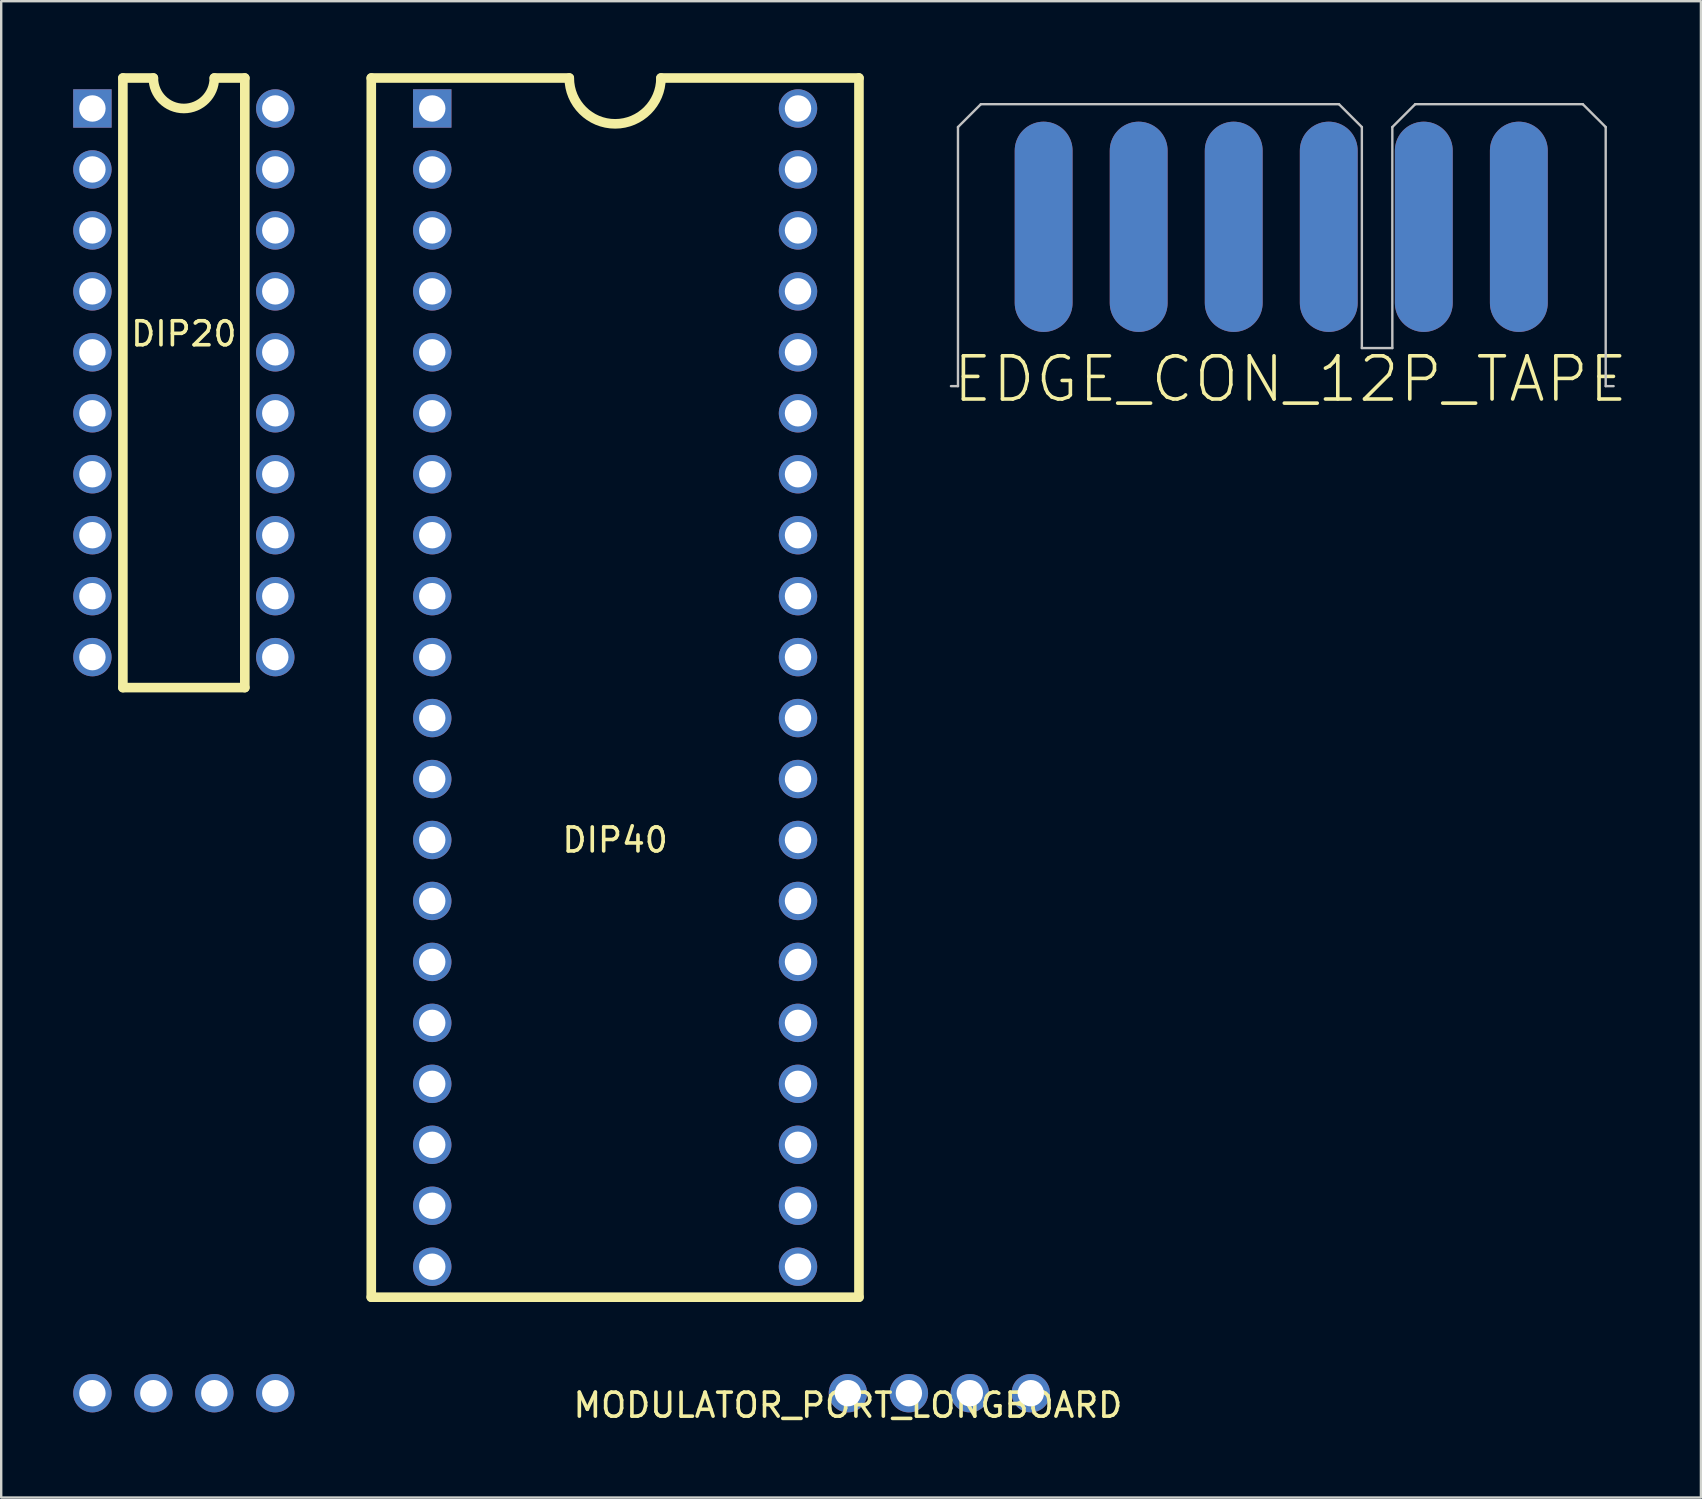
<source format=kicad_pcb>
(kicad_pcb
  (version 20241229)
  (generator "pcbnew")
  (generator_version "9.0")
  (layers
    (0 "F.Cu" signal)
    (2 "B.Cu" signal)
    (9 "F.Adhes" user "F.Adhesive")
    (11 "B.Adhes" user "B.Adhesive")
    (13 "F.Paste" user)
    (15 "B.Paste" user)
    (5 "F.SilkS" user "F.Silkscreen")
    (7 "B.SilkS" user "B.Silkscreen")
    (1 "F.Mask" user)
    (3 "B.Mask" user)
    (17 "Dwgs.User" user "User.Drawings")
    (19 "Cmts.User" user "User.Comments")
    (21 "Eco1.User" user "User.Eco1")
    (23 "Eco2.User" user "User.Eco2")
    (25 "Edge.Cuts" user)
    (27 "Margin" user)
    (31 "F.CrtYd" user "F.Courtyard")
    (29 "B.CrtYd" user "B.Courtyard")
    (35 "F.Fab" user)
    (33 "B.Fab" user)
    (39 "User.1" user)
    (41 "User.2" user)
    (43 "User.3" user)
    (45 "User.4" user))
  (footprint "DIP20"
    (layer "F.Cu")
    (at 4.61 12.9)
    (property "Reference" "DIP20" (at 0 -2.04 0) (layer "F.SilkS") (effects (font (size 1 1) (thickness 0.15))))
    (attr through_hole)
    (fp_line (start -2.54 -12.7) (end -2.54 12.7) (stroke (width 0.4) (type solid)) (layer "F.SilkS"))
    (fp_line (start -2.54 -12.7) (end -1.27 -12.7) (stroke (width 0.4) (type solid)) (layer "F.SilkS"))
    (fp_line (start -2.54 12.7) (end 2.54 12.7) (stroke (width 0.4) (type solid)) (layer "F.SilkS"))
    (fp_line (start 1.27 -12.7) (end 2.54 -12.7) (stroke (width 0.4) (type solid)) (layer "F.SilkS"))
    (fp_line (start 2.54 -12.7) (end 2.54 12.7) (stroke (width 0.4) (type solid)) (layer "F.SilkS"))
    (fp_arc (start 1.27 -12.7) (mid 0 -11.43) (end -1.27 -12.7) (stroke (width 0.4) (type solid)) (layer "F.SilkS"))
    (pad "1" thru_hole rect (at -3.81 -11.43) (size 1.6 1.6) (drill 1.1) (layers "*.Cu" "*.Mask"))
    (pad "2" thru_hole circle (at -3.81 -8.89) (size 1.6 1.6) (drill 1.1) (layers "*.Cu" "*.Mask"))
    (pad "3" thru_hole circle (at -3.81 -6.35) (size 1.6 1.6) (drill 1.1) (layers "*.Cu" "*.Mask"))
    (pad "4" thru_hole circle (at -3.81 -3.81) (size 1.6 1.6) (drill 1.1) (layers "*.Cu" "*.Mask"))
    (pad "5" thru_hole circle (at -3.81 -1.27) (size 1.6 1.6) (drill 1.1) (layers "*.Cu" "*.Mask"))
    (pad "6" thru_hole circle (at -3.81 1.27) (size 1.6 1.6) (drill 1.1) (layers "*.Cu" "*.Mask"))
    (pad "7" thru_hole circle (at -3.81 3.81) (size 1.6 1.6) (drill 1.1) (layers "*.Cu" "*.Mask"))
    (pad "8" thru_hole circle (at -3.81 6.35) (size 1.6 1.6) (drill 1.1) (layers "*.Cu" "*.Mask"))
    (pad "9" thru_hole circle (at -3.81 8.89) (size 1.6 1.6) (drill 1.1) (layers "*.Cu" "*.Mask"))
    (pad "10" thru_hole circle (at -3.81 11.43) (size 1.6 1.6) (drill 1.1) (layers "*.Cu" "*.Mask"))
    (pad "11" thru_hole circle (at 3.81 11.43) (size 1.6 1.6) (drill 1.1) (layers "*.Cu" "*.Mask"))
    (pad "12" thru_hole circle (at 3.81 8.89) (size 1.6 1.6) (drill 1.1) (layers "*.Cu" "*.Mask"))
    (pad "13" thru_hole circle (at 3.81 6.35) (size 1.6 1.6) (drill 1.1) (layers "*.Cu" "*.Mask"))
    (pad "14" thru_hole circle (at 3.81 3.81) (size 1.6 1.6) (drill 1.1) (layers "*.Cu" "*.Mask"))
    (pad "15" thru_hole circle (at 3.81 1.27) (size 1.6 1.6) (drill 1.1) (layers "*.Cu" "*.Mask"))
    (pad "16" thru_hole circle (at 3.81 -1.27) (size 1.6 1.6) (drill 1.1) (layers "*.Cu" "*.Mask"))
    (pad "17" thru_hole circle (at 3.81 -3.81) (size 1.6 1.6) (drill 1.1) (layers "*.Cu" "*.Mask"))
    (pad "18" thru_hole circle (at 3.81 -6.35) (size 1.6 1.6) (drill 1.1) (layers "*.Cu" "*.Mask"))
    (pad "19" thru_hole circle (at 3.81 -8.89) (size 1.6 1.6) (drill 1.1) (layers "*.Cu" "*.Mask"))
    (pad "20" thru_hole circle (at 3.81 -11.43) (size 1.6 1.6) (drill 1.1) (layers "*.Cu" "*.Mask")))
  (footprint "MODULATOR_PORT_LONGBOARD"
    (layer "F.Cu")
    (at 32.28 55)
    (property "Reference" "MODULATOR_PORT_LONGBOARD" (at 0 0.5 0) (layer "F.SilkS") (effects (font (size 1 1) (thickness 0.15))))
    (attr through_hole)
    (pad "1" thru_hole circle (at 7.62 0) (size 1.6 1.6) (drill 1.1) (layers "*.Cu" "*.Mask"))
    (pad "2" thru_hole circle (at 5.08 0) (size 1.6 1.6) (drill 1.1) (layers "*.Cu" "*.Mask"))
    (pad "3" thru_hole circle (at 2.54 0) (size 1.6 1.6) (drill 1.1) (layers "*.Cu" "*.Mask"))
    (pad "4" thru_hole circle (at 0 0) (size 1.6 1.6) (drill 1.1) (layers "*.Cu" "*.Mask"))
    (pad "5" thru_hole circle (at -23.86 0) (size 1.6 1.6) (drill 1.1) (layers "*.Cu" "*.Mask"))
    (pad "6" thru_hole circle (at -26.4 0) (size 1.6 1.6) (drill 1.1) (layers "*.Cu" "*.Mask"))
    (pad "7" thru_hole circle (at -28.94 0) (size 1.6 1.6) (drill 1.1) (layers "*.Cu" "*.Mask"))
    (pad "8" thru_hole circle (at -31.48 0) (size 1.6 1.6) (drill 1.1) (layers "*.Cu" "*.Mask")))
  (footprint "DIP40"
    (layer "F.Cu")
    (at 22.58 24.33)
    (property "Reference" "DIP40" (at 0 7.62 0) (layer "F.SilkS") (effects (font (size 1 1) (thickness 0.15))))
    (attr through_hole)
    (fp_line (start -10.16 -24.13) (end -10.16 26.67) (stroke (width 0.4) (type solid)) (layer "F.SilkS"))
    (fp_line (start -10.16 26.67) (end 10.16 26.67) (stroke (width 0.4) (type solid)) (layer "F.SilkS"))
    (fp_line (start -1.91 -24.13) (end -10.16 -24.13) (stroke (width 0.4) (type solid)) (layer "F.SilkS"))
    (fp_line (start 10.16 -24.13) (end 1.91 -24.13) (stroke (width 0.4) (type solid)) (layer "F.SilkS"))
    (fp_line (start 10.16 26.67) (end 10.16 -24.13) (stroke (width 0.4) (type solid)) (layer "F.SilkS"))
    (fp_arc (start 1.91 -24.13) (mid 0 -22.22) (end -1.91 -24.13) (stroke (width 0.4) (type solid)) (layer "F.SilkS"))
    (pad "1" thru_hole rect (at -7.62 -22.86) (size 1.6 1.6) (drill 1.1) (layers "*.Cu" "*.Mask"))
    (pad "2" thru_hole circle (at -7.62 -20.32) (size 1.6 1.6) (drill 1.1) (layers "*.Cu" "*.Mask"))
    (pad "3" thru_hole circle (at -7.62 -17.78) (size 1.6 1.6) (drill 1.1) (layers "*.Cu" "*.Mask"))
    (pad "4" thru_hole circle (at -7.62 -15.24) (size 1.6 1.6) (drill 1.1) (layers "*.Cu" "*.Mask"))
    (pad "5" thru_hole circle (at -7.62 -12.7) (size 1.6 1.6) (drill 1.1) (layers "*.Cu" "*.Mask"))
    (pad "6" thru_hole circle (at -7.62 -10.16) (size 1.6 1.6) (drill 1.1) (layers "*.Cu" "*.Mask"))
    (pad "7" thru_hole circle (at -7.62 -7.62) (size 1.6 1.6) (drill 1.1) (layers "*.Cu" "*.Mask"))
    (pad "8" thru_hole circle (at -7.62 -5.08) (size 1.6 1.6) (drill 1.1) (layers "*.Cu" "*.Mask"))
    (pad "9" thru_hole circle (at -7.62 -2.54) (size 1.6 1.6) (drill 1.1) (layers "*.Cu" "*.Mask"))
    (pad "10" thru_hole circle (at -7.62 0) (size 1.6 1.6) (drill 1.1) (layers "*.Cu" "*.Mask"))
    (pad "11" thru_hole circle (at -7.62 2.54) (size 1.6 1.6) (drill 1.1) (layers "*.Cu" "*.Mask"))
    (pad "12" thru_hole circle (at -7.62 5.08) (size 1.6 1.6) (drill 1.1) (layers "*.Cu" "*.Mask"))
    (pad "13" thru_hole circle (at -7.62 7.62) (size 1.6 1.6) (drill 1.1) (layers "*.Cu" "*.Mask"))
    (pad "14" thru_hole circle (at -7.62 10.16) (size 1.6 1.6) (drill 1.1) (layers "*.Cu" "*.Mask"))
    (pad "15" thru_hole circle (at -7.62 12.7) (size 1.6 1.6) (drill 1.1) (layers "*.Cu" "*.Mask"))
    (pad "16" thru_hole circle (at -7.62 15.24) (size 1.6 1.6) (drill 1.1) (layers "*.Cu" "*.Mask"))
    (pad "17" thru_hole circle (at -7.62 17.78) (size 1.6 1.6) (drill 1.1) (layers "*.Cu" "*.Mask"))
    (pad "18" thru_hole circle (at -7.62 20.32) (size 1.6 1.6) (drill 1.1) (layers "*.Cu" "*.Mask"))
    (pad "19" thru_hole circle (at -7.62 22.86) (size 1.6 1.6) (drill 1.1) (layers "*.Cu" "*.Mask"))
    (pad "20" thru_hole circle (at -7.62 25.4) (size 1.6 1.6) (drill 1.1) (layers "*.Cu" "*.Mask"))
    (pad "21" thru_hole circle (at 7.62 25.4) (size 1.6 1.6) (drill 1.1) (layers "*.Cu" "*.Mask"))
    (pad "22" thru_hole circle (at 7.62 22.86) (size 1.6 1.6) (drill 1.1) (layers "*.Cu" "*.Mask"))
    (pad "23" thru_hole circle (at 7.62 20.32) (size 1.6 1.6) (drill 1.1) (layers "*.Cu" "*.Mask"))
    (pad "24" thru_hole circle (at 7.62 17.78) (size 1.6 1.6) (drill 1.1) (layers "*.Cu" "*.Mask"))
    (pad "25" thru_hole circle (at 7.62 15.24) (size 1.6 1.6) (drill 1.1) (layers "*.Cu" "*.Mask"))
    (pad "26" thru_hole circle (at 7.62 12.7) (size 1.6 1.6) (drill 1.1) (layers "*.Cu" "*.Mask"))
    (pad "27" thru_hole circle (at 7.62 10.16) (size 1.6 1.6) (drill 1.1) (layers "*.Cu" "*.Mask"))
    (pad "28" thru_hole circle (at 7.62 7.62) (size 1.6 1.6) (drill 1.1) (layers "*.Cu" "*.Mask"))
    (pad "29" thru_hole circle (at 7.62 5.08) (size 1.6 1.6) (drill 1.1) (layers "*.Cu" "*.Mask"))
    (pad "30" thru_hole circle (at 7.62 2.54) (size 1.6 1.6) (drill 1.1) (layers "*.Cu" "*.Mask"))
    (pad "31" thru_hole circle (at 7.62 0) (size 1.6 1.6) (drill 1.1) (layers "*.Cu" "*.Mask"))
    (pad "32" thru_hole circle (at 7.62 -2.54) (size 1.6 1.6) (drill 1.1) (layers "*.Cu" "*.Mask"))
    (pad "33" thru_hole circle (at 7.62 -5.08) (size 1.6 1.6) (drill 1.1) (layers "*.Cu" "*.Mask"))
    (pad "34" thru_hole circle (at 7.62 -7.62) (size 1.6 1.6) (drill 1.1) (layers "*.Cu" "*.Mask"))
    (pad "35" thru_hole circle (at 7.62 -10.16) (size 1.6 1.6) (drill 1.1) (layers "*.Cu" "*.Mask"))
    (pad "36" thru_hole circle (at 7.62 -12.7) (size 1.6 1.6) (drill 1.1) (layers "*.Cu" "*.Mask"))
    (pad "37" thru_hole circle (at 7.62 -15.24) (size 1.6 1.6) (drill 1.1) (layers "*.Cu" "*.Mask"))
    (pad "38" thru_hole circle (at 7.62 -17.78) (size 1.6 1.6) (drill 1.1) (layers "*.Cu" "*.Mask"))
    (pad "39" thru_hole circle (at 7.62 -20.32) (size 1.6 1.6) (drill 1.1) (layers "*.Cu" "*.Mask"))
    (pad "40" thru_hole circle (at 7.62 -22.86) (size 1.6 1.6) (drill 1.1) (layers "*.Cu" "*.Mask")))
  (footprint "EDGE_CON_12P_TAPE"
    (layer "F.Cu")
    (at 40.435 6.4)
    (property "Reference" "EDGE_CON_12P_TAPE" (at 10.285 6.35 0) (layer "F.SilkS") (effects (font (size 1.8 1.8) (thickness 0.15))))
    (attr through_hole)
    (fp_poly (pts (xy -4.445 -6.35) (xy 24.13 -6.35) (xy 24.13 5.08) (xy -4.445 5.08)) (stroke (width 0.1) (type solid)) (fill yes) (layer "F.Mask"))
    (fp_poly (pts (xy -4.445 5.08) (xy 24.13 5.08) (xy 24.13 -6.35) (xy -4.445 -6.35)) (stroke (width 0.1) (type solid)) (fill yes) (layer "B.Mask"))
    (fp_line (start -3.569 -4.156) (end -2.616 -5.108) (stroke (width 0.1) (type solid)) (layer "Dwgs.User"))
    (fp_line (start -3.569 6.639) (end -3.861 6.639) (stroke (width 0.1) (type solid)) (layer "Dwgs.User"))
    (fp_line (start -3.569 6.639) (end -3.569 -4.156) (stroke (width 0.1) (type solid)) (layer "Dwgs.User"))
    (fp_line (start -2.616 -5.108) (end 12.306 -5.108) (stroke (width 0.1) (type solid)) (layer "Dwgs.User"))
    (fp_line (start 12.306 -5.108) (end 13.259 -4.156) (stroke (width 0.1) (type solid)) (layer "Dwgs.User"))
    (fp_line (start 13.259 -4.156) (end 13.259 5.052) (stroke (width 0.1) (type solid)) (layer "Dwgs.User"))
    (fp_line (start 13.259 5.052) (end 14.529 5.052) (stroke (width 0.1) (type solid)) (layer "Dwgs.User"))
    (fp_line (start 14.529 -4.156) (end 15.481 -5.108) (stroke (width 0.1) (type solid)) (layer "Dwgs.User"))
    (fp_line (start 14.529 5.052) (end 14.529 -4.156) (stroke (width 0.1) (type solid)) (layer "Dwgs.User"))
    (fp_line (start 15.481 -5.108) (end 22.466 -5.108) (stroke (width 0.1) (type solid)) (layer "Dwgs.User"))
    (fp_line (start 22.466 -5.108) (end 23.419 -4.156) (stroke (width 0.1) (type solid)) (layer "Dwgs.User"))
    (fp_line (start 23.419 -4.156) (end 23.419 6.639) (stroke (width 0.1) (type solid)) (layer "Dwgs.User"))
    (fp_line (start 23.419 6.639) (end 23.749 6.639) (stroke (width 0.1) (type solid)) (layer "Dwgs.User"))
    (pad "A,1" smd oval (at 19.8 0) (size 2.41 8.76) (layers "F.Cu" "F.Mask"))
    (pad "A,1" smd oval (at 19.8 0) (size 2.41 8.76) (layers "B.Cu" "B.Mask"))
    (pad "B,2" smd oval (at 15.84 0) (size 2.41 8.76) (layers "F.Cu" "F.Mask"))
    (pad "B,2" smd oval (at 15.84 0) (size 2.41 8.76) (layers "F.Mask" "B.Cu"))
    (pad "C,3" smd oval (at 11.88 0) (size 2.41 8.76) (layers "F.Cu" "F.Mask"))
    (pad "C,3" smd oval (at 11.88 0) (size 2.41 8.76) (layers "F.Mask" "B.Cu"))
    (pad "D,4" smd oval (at 7.92 0) (size 2.41 8.76) (layers "F.Cu" "F.Mask"))
    (pad "D,4" smd oval (at 7.92 0) (size 2.41 8.76) (layers "F.Mask" "B.Cu"))
    (pad "E,5" smd oval (at 3.96 0) (size 2.41 8.76) (layers "F.Cu" "F.Mask"))
    (pad "E,5" smd oval (at 3.96 0) (size 2.41 8.76) (layers "F.Mask" "B.Cu"))
    (pad "F,6" smd oval (at 0 0) (size 2.41 8.76) (layers "F.Cu" "F.Mask"))
    (pad "F,6" smd oval (at 0 0) (size 2.41 8.76) (layers "F.Mask" "B.Cu")))
  (gr_rect
    (start -3 -3)
    (end 67.822 59.348)
    (stroke (width 0.1) (type default))
    (fill no)
    (layer "Edge.Cuts")))
</source>
